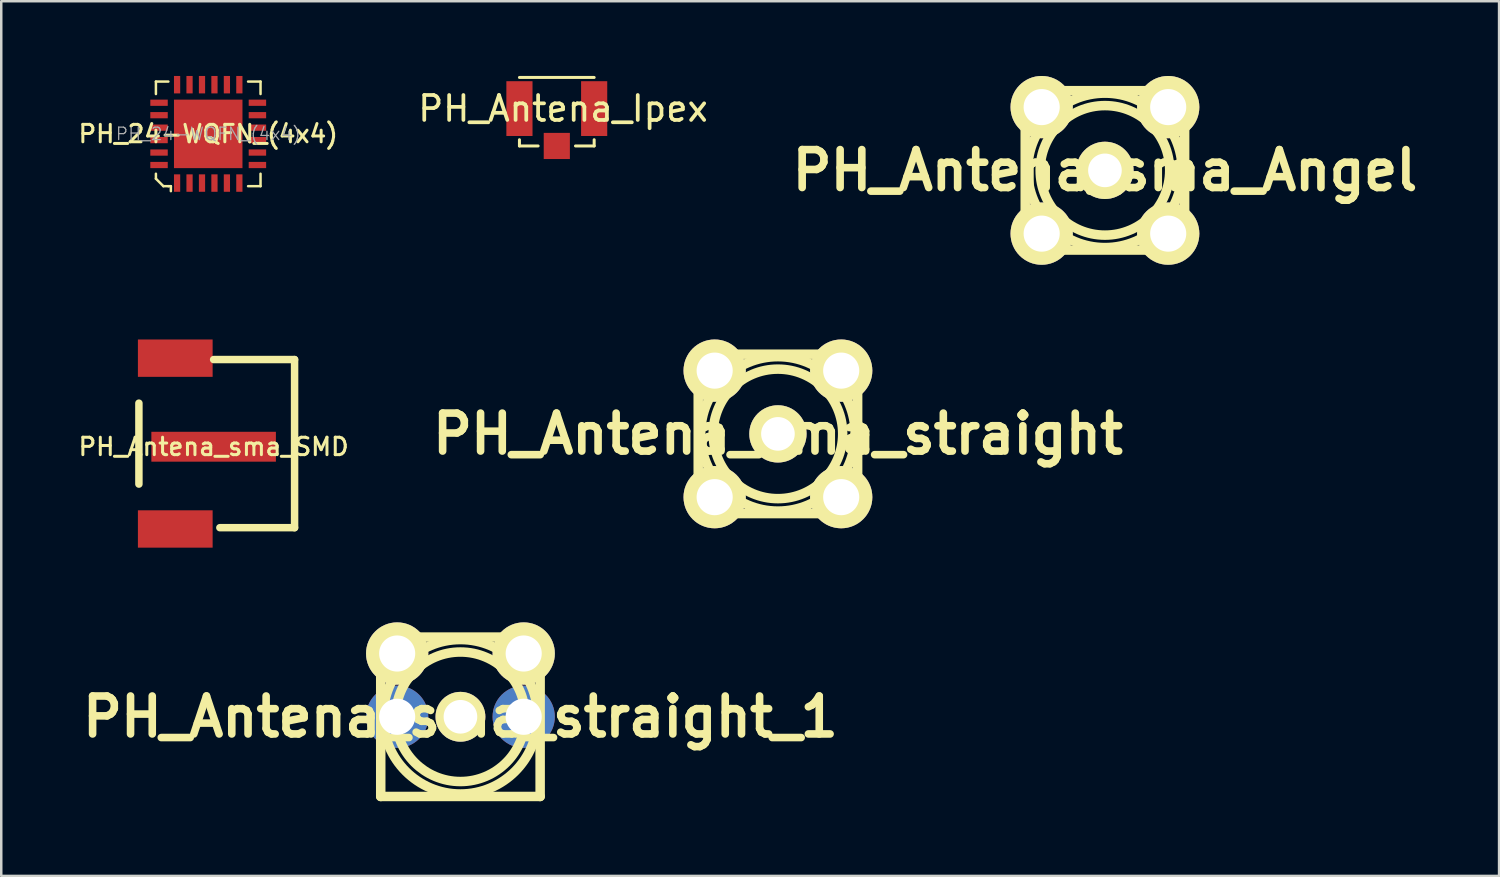
<source format=kicad_pcb>
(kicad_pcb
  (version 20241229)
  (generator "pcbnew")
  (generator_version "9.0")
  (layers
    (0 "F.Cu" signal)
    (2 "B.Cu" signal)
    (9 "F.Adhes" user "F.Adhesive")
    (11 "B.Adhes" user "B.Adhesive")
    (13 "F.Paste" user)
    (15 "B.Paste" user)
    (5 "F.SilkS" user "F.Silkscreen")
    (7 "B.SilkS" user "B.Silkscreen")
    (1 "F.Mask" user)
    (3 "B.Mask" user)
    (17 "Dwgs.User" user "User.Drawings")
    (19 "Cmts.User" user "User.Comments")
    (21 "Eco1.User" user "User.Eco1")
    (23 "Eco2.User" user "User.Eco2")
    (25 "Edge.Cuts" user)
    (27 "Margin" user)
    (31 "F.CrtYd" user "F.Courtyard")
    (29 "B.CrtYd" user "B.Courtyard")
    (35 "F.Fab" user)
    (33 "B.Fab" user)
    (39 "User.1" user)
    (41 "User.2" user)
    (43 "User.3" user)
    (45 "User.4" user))
  (footprint "PH_Antena_sma_SMD"
    (layer "F.Cu")
    (at 6.527 14.886)
    (property "Reference" "PH_Antena_sma_SMD" (at -1 0 0) (layer "F.SilkS") (effects (font (size 0.7 0.7) (thickness 0.12))))
    (attr through_hole)
    (fp_line (start -4 -1.75) (end -4 1.5) (stroke (width 0.3) (type solid)) (layer "F.SilkS"))
    (fp_line (start 2.25 -3.5) (end -1 -3.5) (stroke (width 0.3) (type solid)) (layer "F.SilkS"))
    (fp_line (start 2.25 3.25) (end -0.75 3.25) (stroke (width 0.3) (type solid)) (layer "F.SilkS"))
    (fp_line (start 2.25 3.25) (end 2.25 -3.5) (stroke (width 0.3) (type solid)) (layer "F.SilkS"))
    (pad "1" smd rect (at -1 0) (size 5 1.2) (layers "F.Cu" "F.Mask" "F.Paste"))
    (pad "2" smd rect (at -2.54 -3.556) (size 3 1.5) (layers "*.Paste" "*.Mask" "F.Cu"))
    (pad "2" smd rect (at -2.54 3.302) (size 3 1.5) (layers "*.Paste" "*.Mask" "F.Cu")))
  (footprint "PH_Antena_sma_Angel"
    (layer "F.Cu")
    (at 41.312 3.79)
    (property "Reference" "PH_Antena_sma_Angel" (at 0 0 0) (layer "F.SilkS") (effects (font (size 1.524 1.524) (thickness 0.305))))
    (attr through_hole)
    (fp_line (start -3.2 -3.2) (end -3.2 3.2) (stroke (width 0.381) (type solid)) (layer "F.SilkS"))
    (fp_line (start -3.2 -3.2) (end 3.2 -3.2) (stroke (width 0.381) (type solid)) (layer "F.SilkS"))
    (fp_line (start 3.2 -3.2) (end 3.2 3.2) (stroke (width 0.381) (type solid)) (layer "F.SilkS"))
    (fp_line (start 3.2 3.2) (end -3.2 3.2) (stroke (width 0.381) (type solid)) (layer "F.SilkS"))
    (fp_circle (center 0 0) (end -3.1 0) (stroke (width 0.381) (type solid)) (fill no) (layer "F.SilkS"))
    (fp_circle (center 0 0) (end -2.6 0) (stroke (width 0.381) (type solid)) (fill no) (layer "F.SilkS"))
    (fp_circle (center 0 0) (end -0.7 0) (stroke (width 0.381) (type solid)) (fill no) (layer "F.SilkS"))
    (pad "1" thru_hole circle (at 0 0) (size 2.3 2.3) (drill 1.35) (layers "*.Cu" "*.Mask" "F.SilkS"))
    (pad "2" thru_hole circle (at -2.54 -2.54) (size 2.5 2.5) (drill 1.45) (layers "*.Cu" "*.Mask" "F.SilkS"))
    (pad "2" thru_hole circle (at -2.54 2.54) (size 2.5 2.5) (drill 1.45) (layers "*.Cu" "*.Mask" "F.SilkS"))
    (pad "2" thru_hole circle (at 2.54 -2.54) (size 2.5 2.5) (drill 1.45) (layers "*.Cu" "*.Mask" "F.SilkS"))
    (pad "2" thru_hole circle (at 2.54 2.54) (size 2.5 2.5) (drill 1.45) (layers "*.Cu" "*.Mask" "F.SilkS")))
  (footprint "PH_Antena_sma_straight_1"
    (layer "F.Cu")
    (at 15.436 25.728)
    (property "Reference" "PH_Antena_sma_straight_1" (at 0 0 0) (layer "F.SilkS") (effects (font (size 1.524 1.524) (thickness 0.305))))
    (attr through_hole)
    (fp_line (start -3.2 -3.2) (end -3.2 3.2) (stroke (width 0.381) (type solid)) (layer "F.SilkS"))
    (fp_line (start -3.2 -3.2) (end 3.2 -3.2) (stroke (width 0.381) (type solid)) (layer "F.SilkS"))
    (fp_line (start 3.2 -3.2) (end 3.2 3.2) (stroke (width 0.381) (type solid)) (layer "F.SilkS"))
    (fp_line (start 3.2 3.2) (end -3.2 3.2) (stroke (width 0.381) (type solid)) (layer "F.SilkS"))
    (fp_circle (center 0 0) (end -3.1 0) (stroke (width 0.381) (type solid)) (fill no) (layer "F.SilkS"))
    (fp_circle (center 0 0) (end -2.6 0) (stroke (width 0.381) (type solid)) (fill no) (layer "F.SilkS"))
    (fp_circle (center 0 0) (end -0.7 0) (stroke (width 0.381) (type solid)) (fill no) (layer "F.SilkS"))
    (pad "1" thru_hole circle (at 0 0) (size 2 2) (drill 1.35) (layers "*.Cu" "*.Mask" "F.SilkS"))
    (pad "2" thru_hole circle (at -2.54 -2.54) (size 2.5 2.5) (drill 1.45) (layers "*.Cu" "*.Mask" "F.SilkS"))
    (pad "2" thru_hole circle (at -2.54 0) (size 2.5 2.5) (drill 1.45) (layers "B.Cu" "B.Mask"))
    (pad "2" thru_hole circle (at 2.54 -2.54) (size 2.5 2.5) (drill 1.45) (layers "*.Cu" "*.Mask" "F.SilkS"))
    (pad "2" thru_hole circle (at 2.54 0) (size 2.5 2.5) (drill 1.45) (layers "B.Cu" "B.Mask")))
  (footprint "PH_Antena_sma_straight"
    (layer "F.Cu")
    (at 28.183 14.37)
    (property "Reference" "PH_Antena_sma_straight" (at 0 0 0) (layer "F.SilkS") (effects (font (size 1.524 1.524) (thickness 0.305))))
    (attr through_hole)
    (fp_line (start -3.2 -3.2) (end -3.2 3.2) (stroke (width 0.381) (type solid)) (layer "F.SilkS"))
    (fp_line (start -3.2 -3.2) (end 3.2 -3.2) (stroke (width 0.381) (type solid)) (layer "F.SilkS"))
    (fp_line (start 3.2 -3.2) (end 3.2 3.2) (stroke (width 0.381) (type solid)) (layer "F.SilkS"))
    (fp_line (start 3.2 3.2) (end -3.2 3.2) (stroke (width 0.381) (type solid)) (layer "F.SilkS"))
    (fp_circle (center 0 0) (end -3.1 0) (stroke (width 0.381) (type solid)) (fill no) (layer "F.SilkS"))
    (fp_circle (center 0 0) (end -2.6 0) (stroke (width 0.381) (type solid)) (fill no) (layer "F.SilkS"))
    (fp_circle (center 0 0) (end -0.7 0) (stroke (width 0.381) (type solid)) (fill no) (layer "F.SilkS"))
    (pad "1" thru_hole circle (at 0 0) (size 2.3 2.3) (drill 1.35) (layers "*.Cu" "*.Mask" "F.SilkS"))
    (pad "2" thru_hole circle (at -2.54 -2.54) (size 2.5 2.5) (drill 1.45) (layers "*.Cu" "*.Mask" "F.SilkS"))
    (pad "2" thru_hole circle (at -2.54 2.54) (size 2.5 2.5) (drill 1.45) (layers "*.Cu" "*.Mask" "F.SilkS"))
    (pad "2" thru_hole circle (at 2.54 -2.54) (size 2.5 2.5) (drill 1.45) (layers "*.Cu" "*.Mask" "F.SilkS"))
    (pad "2" thru_hole circle (at 2.54 2.54) (size 2.5 2.5) (drill 1.45) (layers "*.Cu" "*.Mask" "F.SilkS")))
  (footprint "PH_Antena_Ipex"
    (layer "F.Cu")
    (at 19.305 1.31)
    (property "Reference" "PH_Antena_Ipex" (at 0.25 0 0) (layer "F.SilkS") (effects (font (size 1 1) (thickness 0.15))))
    (attr through_hole)
    (fp_line (start -1.5 -1.25) (end 1.5 -1.25) (stroke (width 0.12) (type solid)) (layer "F.SilkS"))
    (fp_line (start -1.5 1.25) (end -1.5 1.5) (stroke (width 0.12) (type solid)) (layer "F.SilkS"))
    (fp_line (start -1.5 1.5) (end -0.75 1.5) (stroke (width 0.12) (type solid)) (layer "F.SilkS"))
    (fp_line (start 0.75 1.5) (end 1.5 1.5) (stroke (width 0.12) (type solid)) (layer "F.SilkS"))
    (fp_line (start 1.5 1.5) (end 1.5 1.25) (stroke (width 0.12) (type solid)) (layer "F.SilkS"))
    (pad "1" smd rect (at 0 1.5) (size 1.05 1.05) (layers "F.Cu" "F.Mask" "F.Paste"))
    (pad "2" smd rect (at -1.5 0) (size 1.05 2.2) (layers "F.Cu" "F.Mask" "F.Paste"))
    (pad "2" smd rect (at 1.5 0) (size 1.05 2.2) (layers "F.Cu" "F.Mask" "F.Paste")))
  (footprint "PH_24-WQFN_(4x4)"
    (layer "F.Cu")
    (at 5.31 2.325)
    (property "Reference" "PH_24-WQFN_(4x4)" (at 0 0 0) (layer "F.SilkS") (effects (font (size 0.7 0.7) (thickness 0.12))))
    (attr through_hole)
    (fp_line (start -2.1 -2.1) (end -2.1 -1.6) (stroke (width 0.1) (type solid)) (layer "F.SilkS"))
    (fp_line (start -2.1 1.6) (end -2.1 1.8) (stroke (width 0.1) (type solid)) (layer "F.SilkS"))
    (fp_line (start -2.1 1.8) (end -1.8 2.1) (stroke (width 0.1) (type solid)) (layer "F.SilkS"))
    (fp_line (start -1.8 2.1) (end -1.6 2.1) (stroke (width 0.1) (type solid)) (layer "F.SilkS"))
    (fp_line (start -1.6 -2.1) (end -2.1 -2.1) (stroke (width 0.1) (type solid)) (layer "F.SilkS"))
    (fp_line (start -1.6 2.1) (end -1.5 2.1) (stroke (width 0.1) (type solid)) (layer "F.SilkS"))
    (fp_line (start -1.5 2.1) (end -1.5 2.3) (stroke (width 0.1) (type solid)) (layer "F.SilkS"))
    (fp_line (start 1.6 -2.1) (end 2.1 -2.1) (stroke (width 0.1) (type solid)) (layer "F.SilkS"))
    (fp_line (start 2.1 -2.1) (end 2.1 -1.6) (stroke (width 0.1) (type solid)) (layer "F.SilkS"))
    (fp_line (start 2.1 2.1) (end 1.6 2.1) (stroke (width 0.1) (type solid)) (layer "F.SilkS"))
    (fp_line (start 2.1 2.1) (end 2.1 1.6) (stroke (width 0.1) (type solid)) (layer "F.SilkS"))
    (fp_text user "${REFERENCE}" (at 0 0 0) (layer "F.Fab") (effects (font (size 0.5 0.5) (thickness 0.05))))
    (pad "1" smd rect (at -1.25 1.975) (size 0.25 0.7) (layers "F.Cu" "F.Mask" "F.Paste"))
    (pad "2" smd rect (at -0.75 1.975) (size 0.25 0.7) (layers "F.Cu" "F.Mask" "F.Paste"))
    (pad "3" smd rect (at -0.25 1.975) (size 0.25 0.7) (layers "F.Cu" "F.Mask" "F.Paste"))
    (pad "4" smd rect (at 0.25 1.975) (size 0.25 0.7) (layers "F.Cu" "F.Mask" "F.Paste"))
    (pad "5" smd rect (at 0.75 1.975) (size 0.25 0.7) (layers "F.Cu" "F.Mask" "F.Paste"))
    (pad "6" smd rect (at 1.25 1.975) (size 0.25 0.7) (layers "F.Cu" "F.Mask" "F.Paste"))
    (pad "7" smd rect (at 1.975 1.25) (size 0.7 0.25) (layers "F.Cu" "F.Mask" "F.Paste"))
    (pad "8" smd rect (at 1.975 0.75) (size 0.7 0.25) (layers "F.Cu" "F.Mask" "F.Paste"))
    (pad "9" smd rect (at 1.975 0.25) (size 0.7 0.25) (layers "F.Cu" "F.Mask" "F.Paste"))
    (pad "10" smd rect (at 1.975 -0.25) (size 0.7 0.25) (layers "F.Cu" "F.Mask" "F.Paste"))
    (pad "11" smd rect (at 1.975 -0.75) (size 0.7 0.25) (layers "F.Cu" "F.Mask" "F.Paste"))
    (pad "12" smd rect (at 1.975 -1.25) (size 0.7 0.25) (layers "F.Cu" "F.Mask" "F.Paste"))
    (pad "13" smd rect (at 1.25 -1.975) (size 0.25 0.7) (layers "F.Cu" "F.Mask" "F.Paste"))
    (pad "14" smd rect (at 0.75 -1.975) (size 0.25 0.7) (layers "F.Cu" "F.Mask" "F.Paste"))
    (pad "15" smd rect (at 0.25 -1.975) (size 0.25 0.7) (layers "F.Cu" "F.Mask" "F.Paste"))
    (pad "16" smd rect (at -0.25 -1.975) (size 0.25 0.7) (layers "F.Cu" "F.Mask" "F.Paste"))
    (pad "17" smd rect (at -0.75 -1.975) (size 0.25 0.7) (layers "F.Cu" "F.Mask" "F.Paste"))
    (pad "18" smd rect (at -1.25 -1.975) (size 0.25 0.7) (layers "F.Cu" "F.Mask" "F.Paste"))
    (pad "19" smd rect (at -1.975 -1.25) (size 0.7 0.25) (layers "F.Cu" "F.Mask" "F.Paste"))
    (pad "20" smd rect (at -1.975 -0.75) (size 0.7 0.25) (layers "F.Cu" "F.Mask" "F.Paste"))
    (pad "21" smd rect (at -1.975 -0.25) (size 0.7 0.25) (layers "F.Cu" "F.Mask" "F.Paste"))
    (pad "22" smd rect (at -1.975 0.25) (size 0.7 0.25) (layers "F.Cu" "F.Mask" "F.Paste"))
    (pad "23" smd rect (at -1.975 0.75) (size 0.7 0.25) (layers "F.Cu" "F.Mask" "F.Paste"))
    (pad "24" smd rect (at -1.975 1.25) (size 0.7 0.25) (layers "F.Cu" "F.Mask" "F.Paste"))
    (pad "25" smd rect (at 0 0) (size 2.75 2.75) (layers "F.Cu" "F.Mask" "F.Paste")))
  (gr_rect
    (start -3 -3)
    (end 57.136 32.118)
    (stroke (width 0.1) (type default))
    (fill no)
    (layer "Edge.Cuts")))
</source>
